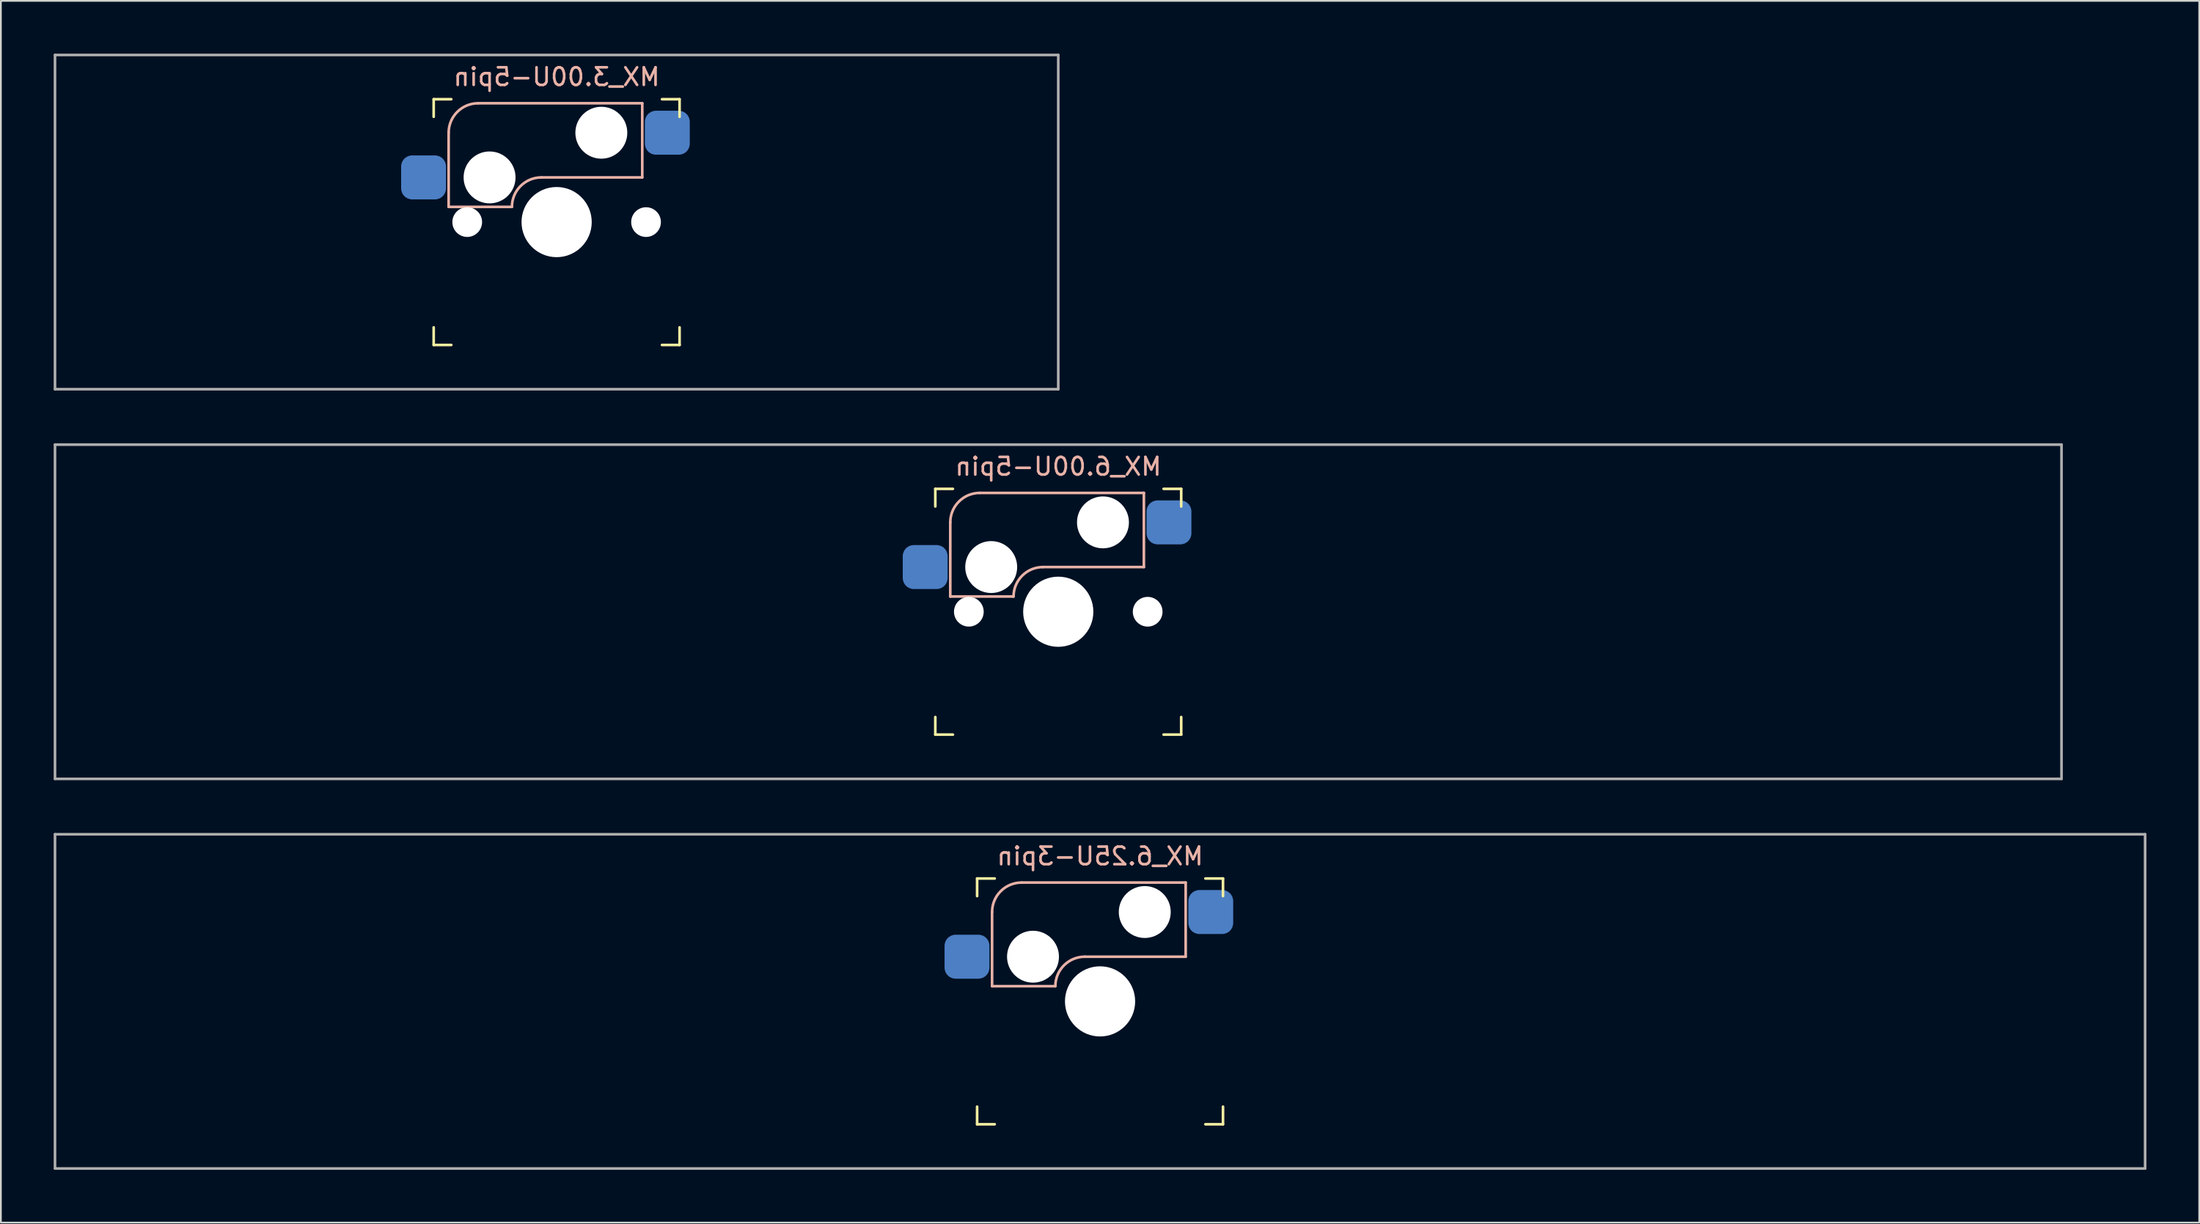
<source format=kicad_pcb>
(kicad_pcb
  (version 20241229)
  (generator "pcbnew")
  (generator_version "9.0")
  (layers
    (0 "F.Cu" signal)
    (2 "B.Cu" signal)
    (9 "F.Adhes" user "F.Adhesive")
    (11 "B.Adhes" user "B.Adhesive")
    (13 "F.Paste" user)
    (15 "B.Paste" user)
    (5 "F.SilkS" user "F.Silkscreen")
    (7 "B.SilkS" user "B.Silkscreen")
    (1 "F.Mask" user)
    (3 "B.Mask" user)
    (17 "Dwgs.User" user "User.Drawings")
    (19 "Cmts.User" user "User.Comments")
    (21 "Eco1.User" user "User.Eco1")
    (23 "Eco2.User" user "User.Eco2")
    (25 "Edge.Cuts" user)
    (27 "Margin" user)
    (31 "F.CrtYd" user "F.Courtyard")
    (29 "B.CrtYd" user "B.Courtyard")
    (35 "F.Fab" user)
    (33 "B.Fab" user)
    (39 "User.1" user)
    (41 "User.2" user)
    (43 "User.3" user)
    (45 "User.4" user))
  (footprint "MX_6.25U-3pin"
    (layer "F.Cu")
    (at 59.45 53.875)
    (property "Reference" "MX_6.25U-3pin" (at 0 -8.255 0) (layer "B.SilkS") (effects (font (size 1 1) (thickness 0.15)) (justify mirror)))
    (attr smd)
    (fp_line (start -6.985 -5.985) (end -6.985 -6.985) (stroke (width 0.15) (type solid)) (layer "F.SilkS"))
    (fp_line (start -6.985 6.985) (end -6.985 5.985) (stroke (width 0.15) (type solid)) (layer "F.SilkS"))
    (fp_line (start -6.985 6.985) (end -5.985 6.985) (stroke (width 0.15) (type solid)) (layer "F.SilkS"))
    (fp_line (start -5.985 -6.985) (end -6.985 -6.985) (stroke (width 0.15) (type solid)) (layer "F.SilkS"))
    (fp_line (start 5.985 6.985) (end 6.985 6.985) (stroke (width 0.15) (type solid)) (layer "F.SilkS"))
    (fp_line (start 6.985 -6.985) (end 5.985 -6.985) (stroke (width 0.15) (type solid)) (layer "F.SilkS"))
    (fp_line (start 6.985 -6.985) (end 6.985 -5.985) (stroke (width 0.15) (type solid)) (layer "F.SilkS"))
    (fp_line (start 6.985 5.985) (end 6.985 6.985) (stroke (width 0.15) (type solid)) (layer "F.SilkS"))
    (fp_line (start -6.135 -5.08) (end -6.135 -0.865) (stroke (width 0.15) (type solid)) (layer "B.SilkS"))
    (fp_line (start -6.135 -0.865) (end -2.54 -0.865) (stroke (width 0.15) (type solid)) (layer "B.SilkS"))
    (fp_line (start -4.46 -6.755) (end 4.865 -6.755) (stroke (width 0.15) (type solid)) (layer "B.SilkS"))
    (fp_line (start -0.865 -2.54) (end 4.865 -2.54) (stroke (width 0.15) (type solid)) (layer "B.SilkS"))
    (fp_line (start 4.865 -6.755) (end 4.865 -2.54) (stroke (width 0.15) (type solid)) (layer "B.SilkS"))
    (fp_arc (start -6.135 -5.08) (mid -5.644404 -6.264404) (end -4.46 -6.755) (stroke (width 0.15) (type solid)) (layer "B.SilkS"))
    (fp_arc (start -2.54 -0.865) (mid -2.049404 -2.049404) (end -0.865 -2.54) (stroke (width 0.15) (type solid)) (layer "B.SilkS"))
    (fp_line (start -6.985 6.985) (end -6.985 -6.985) (stroke (width 0.15) (type solid)) (layer "Eco2.User"))
    (fp_line (start -6.985 6.985) (end 6.985 6.985) (stroke (width 0.15) (type solid)) (layer "Eco2.User"))
    (fp_line (start 6.985 -6.985) (end -6.985 -6.985) (stroke (width 0.15) (type solid)) (layer "Eco2.User"))
    (fp_line (start 6.985 -6.985) (end 6.985 6.985) (stroke (width 0.15) (type solid)) (layer "Eco2.User"))
    (fp_line (start -59.375 -9.5) (end 59.375 -9.5) (stroke (width 0.15) (type solid)) (layer "F.Fab"))
    (fp_line (start -59.375 9.5) (end -59.375 -9.5) (stroke (width 0.15) (type solid)) (layer "F.Fab"))
    (fp_line (start 59.375 -9.5) (end 59.375 9.5) (stroke (width 0.15) (type solid)) (layer "F.Fab"))
    (fp_line (start 59.375 9.5) (end -59.375 9.5) (stroke (width 0.15) (type solid)) (layer "F.Fab"))
    (pad "" np_thru_hole circle (at -3.81 -2.54) (size 2.95 2.95) (drill 2.95) (layers "*.Cu" "*.Mask"))
    (pad "" np_thru_hole circle (at 0 0) (size 3.988 3.988) (drill 3.988) (layers "*.Cu" "*.Mask"))
    (pad "" np_thru_hole circle (at 2.54 -5.08) (size 2.95 2.95) (drill 2.95) (layers "*.Cu" "*.Mask"))
    (pad "1" smd roundrect (at 6.29 -5.08) (size 2.55 2.5) (layers "B.Cu" "B.Mask" "B.Paste") (roundrect_rratio 0.25))
    (pad "2" smd roundrect (at -7.56 -2.54) (size 2.55 2.5) (layers "B.Cu" "B.Mask" "B.Paste") (roundrect_rratio 0.25)))
  (footprint "MX_6.00U-5pin"
    (layer "F.Cu")
    (at 57.075 31.725)
    (property "Reference" "MX_6.00U-5pin" (at 0 -8.255 0) (layer "B.SilkS") (effects (font (size 1 1) (thickness 0.15)) (justify mirror)))
    (attr smd)
    (fp_line (start -6.985 -5.985) (end -6.985 -6.985) (stroke (width 0.15) (type solid)) (layer "F.SilkS"))
    (fp_line (start -6.985 6.985) (end -6.985 5.985) (stroke (width 0.15) (type solid)) (layer "F.SilkS"))
    (fp_line (start -6.985 6.985) (end -5.985 6.985) (stroke (width 0.15) (type solid)) (layer "F.SilkS"))
    (fp_line (start -5.985 -6.985) (end -6.985 -6.985) (stroke (width 0.15) (type solid)) (layer "F.SilkS"))
    (fp_line (start 5.985 6.985) (end 6.985 6.985) (stroke (width 0.15) (type solid)) (layer "F.SilkS"))
    (fp_line (start 6.985 -6.985) (end 5.985 -6.985) (stroke (width 0.15) (type solid)) (layer "F.SilkS"))
    (fp_line (start 6.985 -6.985) (end 6.985 -5.985) (stroke (width 0.15) (type solid)) (layer "F.SilkS"))
    (fp_line (start 6.985 5.985) (end 6.985 6.985) (stroke (width 0.15) (type solid)) (layer "F.SilkS"))
    (fp_line (start -6.135 -5.08) (end -6.135 -0.865) (stroke (width 0.15) (type solid)) (layer "B.SilkS"))
    (fp_line (start -6.135 -0.865) (end -2.54 -0.865) (stroke (width 0.15) (type solid)) (layer "B.SilkS"))
    (fp_line (start -4.46 -6.755) (end 4.865 -6.755) (stroke (width 0.15) (type solid)) (layer "B.SilkS"))
    (fp_line (start -0.865 -2.54) (end 4.865 -2.54) (stroke (width 0.15) (type solid)) (layer "B.SilkS"))
    (fp_line (start 4.865 -6.755) (end 4.865 -2.54) (stroke (width 0.15) (type solid)) (layer "B.SilkS"))
    (fp_arc (start -6.135 -5.08) (mid -5.644404 -6.264404) (end -4.46 -6.755) (stroke (width 0.15) (type solid)) (layer "B.SilkS"))
    (fp_arc (start -2.54 -0.865) (mid -2.049404 -2.049404) (end -0.865 -2.54) (stroke (width 0.15) (type solid)) (layer "B.SilkS"))
    (fp_line (start -6.985 6.985) (end -6.985 -6.985) (stroke (width 0.15) (type solid)) (layer "Eco2.User"))
    (fp_line (start -6.985 6.985) (end 6.985 6.985) (stroke (width 0.15) (type solid)) (layer "Eco2.User"))
    (fp_line (start 6.985 -6.985) (end -6.985 -6.985) (stroke (width 0.15) (type solid)) (layer "Eco2.User"))
    (fp_line (start 6.985 -6.985) (end 6.985 6.985) (stroke (width 0.15) (type solid)) (layer "Eco2.User"))
    (fp_line (start -57 -9.5) (end 57 -9.5) (stroke (width 0.15) (type solid)) (layer "F.Fab"))
    (fp_line (start -57 9.5) (end -57 -9.5) (stroke (width 0.15) (type solid)) (layer "F.Fab"))
    (fp_line (start 57 -9.5) (end 57 9.5) (stroke (width 0.15) (type solid)) (layer "F.Fab"))
    (fp_line (start 57 9.5) (end -57 9.5) (stroke (width 0.15) (type solid)) (layer "F.Fab"))
    (pad "" np_thru_hole circle (at -5.08 0) (size 1.688 1.688) (drill 1.688) (layers "*.Cu" "*.Mask"))
    (pad "" np_thru_hole circle (at -3.81 -2.54) (size 2.95 2.95) (drill 2.95) (layers "*.Cu" "*.Mask"))
    (pad "" np_thru_hole circle (at 0 0) (size 3.988 3.988) (drill 3.988) (layers "*.Cu" "*.Mask"))
    (pad "" np_thru_hole circle (at 2.54 -5.08) (size 2.95 2.95) (drill 2.95) (layers "*.Cu" "*.Mask"))
    (pad "" np_thru_hole circle (at 5.08 0) (size 1.688 1.688) (drill 1.688) (layers "*.Cu" "*.Mask"))
    (pad "1" smd roundrect (at 6.29 -5.08) (size 2.55 2.5) (layers "B.Cu" "B.Mask" "B.Paste") (roundrect_rratio 0.25))
    (pad "2" smd roundrect (at -7.56 -2.54) (size 2.55 2.5) (layers "B.Cu" "B.Mask" "B.Paste") (roundrect_rratio 0.25)))
  (footprint "MX_3.00U-5pin"
    (layer "F.Cu")
    (at 28.575 9.575)
    (property "Reference" "MX_3.00U-5pin" (at 0 -8.255 0) (layer "B.SilkS") (effects (font (size 1 1) (thickness 0.15)) (justify mirror)))
    (attr smd)
    (fp_line (start -6.985 -5.985) (end -6.985 -6.985) (stroke (width 0.15) (type solid)) (layer "F.SilkS"))
    (fp_line (start -6.985 6.985) (end -6.985 5.985) (stroke (width 0.15) (type solid)) (layer "F.SilkS"))
    (fp_line (start -6.985 6.985) (end -5.985 6.985) (stroke (width 0.15) (type solid)) (layer "F.SilkS"))
    (fp_line (start -5.985 -6.985) (end -6.985 -6.985) (stroke (width 0.15) (type solid)) (layer "F.SilkS"))
    (fp_line (start 5.985 6.985) (end 6.985 6.985) (stroke (width 0.15) (type solid)) (layer "F.SilkS"))
    (fp_line (start 6.985 -6.985) (end 5.985 -6.985) (stroke (width 0.15) (type solid)) (layer "F.SilkS"))
    (fp_line (start 6.985 -6.985) (end 6.985 -5.985) (stroke (width 0.15) (type solid)) (layer "F.SilkS"))
    (fp_line (start 6.985 5.985) (end 6.985 6.985) (stroke (width 0.15) (type solid)) (layer "F.SilkS"))
    (fp_line (start -6.135 -5.08) (end -6.135 -0.865) (stroke (width 0.15) (type solid)) (layer "B.SilkS"))
    (fp_line (start -6.135 -0.865) (end -2.54 -0.865) (stroke (width 0.15) (type solid)) (layer "B.SilkS"))
    (fp_line (start -4.46 -6.755) (end 4.865 -6.755) (stroke (width 0.15) (type solid)) (layer "B.SilkS"))
    (fp_line (start -0.865 -2.54) (end 4.865 -2.54) (stroke (width 0.15) (type solid)) (layer "B.SilkS"))
    (fp_line (start 4.865 -6.755) (end 4.865 -2.54) (stroke (width 0.15) (type solid)) (layer "B.SilkS"))
    (fp_arc (start -6.135 -5.08) (mid -5.644404 -6.264404) (end -4.46 -6.755) (stroke (width 0.15) (type solid)) (layer "B.SilkS"))
    (fp_arc (start -2.54 -0.865) (mid -2.049404 -2.049404) (end -0.865 -2.54) (stroke (width 0.15) (type solid)) (layer "B.SilkS"))
    (fp_line (start -6.985 6.985) (end -6.985 -6.985) (stroke (width 0.15) (type solid)) (layer "Eco2.User"))
    (fp_line (start -6.985 6.985) (end 6.985 6.985) (stroke (width 0.15) (type solid)) (layer "Eco2.User"))
    (fp_line (start 6.985 -6.985) (end -6.985 -6.985) (stroke (width 0.15) (type solid)) (layer "Eco2.User"))
    (fp_line (start 6.985 -6.985) (end 6.985 6.985) (stroke (width 0.15) (type solid)) (layer "Eco2.User"))
    (fp_line (start -28.5 -9.5) (end 28.5 -9.5) (stroke (width 0.15) (type solid)) (layer "F.Fab"))
    (fp_line (start -28.5 9.5) (end -28.5 -9.5) (stroke (width 0.15) (type solid)) (layer "F.Fab"))
    (fp_line (start 28.5 -9.5) (end 28.5 9.5) (stroke (width 0.15) (type solid)) (layer "F.Fab"))
    (fp_line (start 28.5 9.5) (end -28.5 9.5) (stroke (width 0.15) (type solid)) (layer "F.Fab"))
    (pad "" np_thru_hole circle (at -5.08 0) (size 1.688 1.688) (drill 1.688) (layers "*.Cu" "*.Mask"))
    (pad "" np_thru_hole circle (at -3.81 -2.54) (size 2.95 2.95) (drill 2.95) (layers "*.Cu" "*.Mask"))
    (pad "" np_thru_hole circle (at 0 0) (size 3.988 3.988) (drill 3.988) (layers "*.Cu" "*.Mask"))
    (pad "" np_thru_hole circle (at 2.54 -5.08) (size 2.95 2.95) (drill 2.95) (layers "*.Cu" "*.Mask"))
    (pad "" np_thru_hole circle (at 5.08 0) (size 1.688 1.688) (drill 1.688) (layers "*.Cu" "*.Mask"))
    (pad "1" smd roundrect (at 6.29 -5.08) (size 2.55 2.5) (layers "B.Cu" "B.Mask" "B.Paste") (roundrect_rratio 0.25))
    (pad "2" smd roundrect (at -7.56 -2.54) (size 2.55 2.5) (layers "B.Cu" "B.Mask" "B.Paste") (roundrect_rratio 0.25)))
  (gr_rect
    (start -3 -3)
    (end 121.9 66.45)
    (stroke (width 0.1) (type default))
    (fill no)
    (layer "Edge.Cuts")))
</source>
